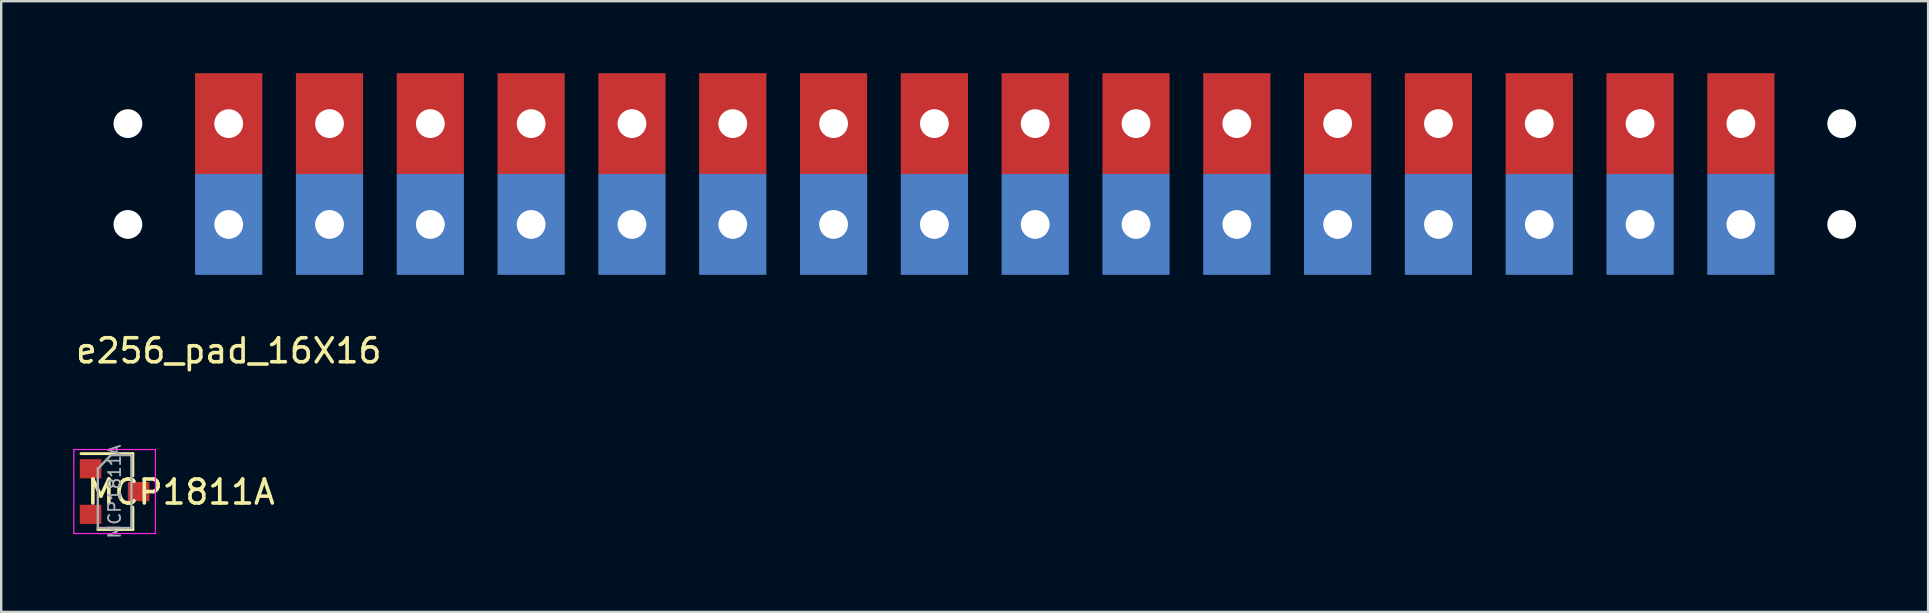
<source format=kicad_pcb>
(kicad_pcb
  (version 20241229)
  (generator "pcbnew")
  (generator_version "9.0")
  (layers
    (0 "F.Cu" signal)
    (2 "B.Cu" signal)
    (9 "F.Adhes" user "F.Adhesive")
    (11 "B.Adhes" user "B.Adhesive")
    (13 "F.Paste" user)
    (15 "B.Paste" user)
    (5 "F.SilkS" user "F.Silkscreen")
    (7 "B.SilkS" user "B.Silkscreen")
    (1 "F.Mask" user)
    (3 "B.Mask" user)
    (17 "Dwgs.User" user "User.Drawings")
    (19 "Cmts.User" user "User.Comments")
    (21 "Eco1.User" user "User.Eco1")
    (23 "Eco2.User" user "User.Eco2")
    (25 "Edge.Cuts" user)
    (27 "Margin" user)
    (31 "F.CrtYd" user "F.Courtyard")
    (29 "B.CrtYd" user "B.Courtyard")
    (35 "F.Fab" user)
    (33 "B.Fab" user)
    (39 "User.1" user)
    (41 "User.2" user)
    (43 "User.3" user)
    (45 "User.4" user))
  (footprint "e256_pad_16X16"
    (layer "F.Cu")
    (at 37.978 4.2)
    (property "Reference" "e256_pad_16X16" (at -31.496 7.366 0) (layer "F.SilkS") (effects (font (size 1 1) (thickness 0.15))))
    (attr through_hole)
    (pad "" np_thru_hole circle (at -35.7 -2.1 90) (size 1.2 1.2) (drill 1.2) (layers "*.Cu"))
    (pad "" np_thru_hole circle (at -35.7 2.1 90) (size 1.2 1.2) (drill 1.2) (layers "*.Cu"))
    (pad "" np_thru_hole circle (at -31.5 -2.1 90) (size 1.2 1.2) (drill 1.2) (layers "*.Cu"))
    (pad "" np_thru_hole circle (at -31.5 2.1 90) (size 1.2 1.2) (drill 1.2) (layers "*.Cu"))
    (pad "" np_thru_hole circle (at -27.3 -2.1 90) (size 1.2 1.2) (drill 1.2) (layers "*.Cu"))
    (pad "" np_thru_hole circle (at -27.3 2.1 90) (size 1.2 1.2) (drill 1.2) (layers "*.Cu"))
    (pad "" np_thru_hole circle (at -23.1 -2.1 90) (size 1.2 1.2) (drill 1.2) (layers "*.Cu"))
    (pad "" np_thru_hole circle (at -23.1 2.1 90) (size 1.2 1.2) (drill 1.2) (layers "*.Cu"))
    (pad "" np_thru_hole circle (at -18.9 -2.1 90) (size 1.2 1.2) (drill 1.2) (layers "*.Cu"))
    (pad "" np_thru_hole circle (at -18.9 2.1 90) (size 1.2 1.2) (drill 1.2) (layers "*.Cu"))
    (pad "" np_thru_hole circle (at -14.7 -2.1 90) (size 1.2 1.2) (drill 1.2) (layers "*.Cu"))
    (pad "" np_thru_hole circle (at -14.7 2.1 90) (size 1.2 1.2) (drill 1.2) (layers "*.Cu"))
    (pad "" np_thru_hole circle (at -10.5 -2.1 90) (size 1.2 1.2) (drill 1.2) (layers "*.Cu"))
    (pad "" np_thru_hole circle (at -10.5 2.1 90) (size 1.2 1.2) (drill 1.2) (layers "*.Cu"))
    (pad "" np_thru_hole circle (at -6.3 -2.1 90) (size 1.2 1.2) (drill 1.2) (layers "*.Cu"))
    (pad "" np_thru_hole circle (at -6.3 2.1 90) (size 1.2 1.2) (drill 1.2) (layers "*.Cu"))
    (pad "" np_thru_hole circle (at -2.1 -2.1 90) (size 1.2 1.2) (drill 1.2) (layers "*.Cu"))
    (pad "" np_thru_hole circle (at -2.1 2.1 90) (size 1.2 1.2) (drill 1.2) (layers "*.Cu"))
    (pad "" np_thru_hole circle (at 2.1 -2.1 90) (size 1.2 1.2) (drill 1.2) (layers "*.Cu"))
    (pad "" np_thru_hole circle (at 2.1 2.1 90) (size 1.2 1.2) (drill 1.2) (layers "*.Cu"))
    (pad "" np_thru_hole circle (at 6.3 -2.1 90) (size 1.2 1.2) (drill 1.2) (layers "*.Cu"))
    (pad "" np_thru_hole circle (at 6.3 2.1 90) (size 1.2 1.2) (drill 1.2) (layers "*.Cu"))
    (pad "" np_thru_hole circle (at 10.5 -2.1 90) (size 1.2 1.2) (drill 1.2) (layers "*.Cu"))
    (pad "" np_thru_hole circle (at 10.5 2.1 90) (size 1.2 1.2) (drill 1.2) (layers "*.Cu"))
    (pad "" np_thru_hole circle (at 14.7 -2.1 90) (size 1.2 1.2) (drill 1.2) (layers "*.Cu"))
    (pad "" np_thru_hole circle (at 14.7 2.1 90) (size 1.2 1.2) (drill 1.2) (layers "*.Cu"))
    (pad "" np_thru_hole circle (at 18.9 -2.1 90) (size 1.2 1.2) (drill 1.2) (layers "*.Cu"))
    (pad "" np_thru_hole circle (at 18.9 2.1 90) (size 1.2 1.2) (drill 1.2) (layers "*.Cu"))
    (pad "" np_thru_hole circle (at 23.1 -2.1 90) (size 1.2 1.2) (drill 1.2) (layers "*.Cu"))
    (pad "" np_thru_hole circle (at 23.1 2.1 90) (size 1.2 1.2) (drill 1.2) (layers "*.Cu"))
    (pad "" np_thru_hole circle (at 27.3 -2.1 90) (size 1.2 1.2) (drill 1.2) (layers "*.Cu"))
    (pad "" np_thru_hole circle (at 27.3 2.1 90) (size 1.2 1.2) (drill 1.2) (layers "*.Cu"))
    (pad "" np_thru_hole circle (at 31.5 -2.1 90) (size 1.2 1.2) (drill 1.2) (layers "*.Cu"))
    (pad "" np_thru_hole circle (at 31.5 2.1 90) (size 1.2 1.2) (drill 1.2) (layers "*.Cu"))
    (pad "" np_thru_hole circle (at 35.7 -2.1 90) (size 1.2 1.2) (drill 1.2) (layers "*.Cu"))
    (pad "" np_thru_hole circle (at 35.7 2.1 90) (size 1.2 1.2) (drill 1.2) (layers "*.Cu"))
    (pad "0" smd rect (at -31.5 2.1 90) (size 4.2 2.8) (layers "B.Cu" "B.Mask" "B.Paste"))
    (pad "1" smd rect (at -27.3 2.1 90) (size 4.2 2.8) (layers "B.Cu" "B.Mask" "B.Paste"))
    (pad "2" smd rect (at -23.1 2.1 90) (size 4.2 2.8) (layers "B.Cu" "B.Mask" "B.Paste"))
    (pad "3" smd rect (at -18.9 2.1 90) (size 4.2 2.8) (layers "B.Cu" "B.Mask" "B.Paste"))
    (pad "4" smd rect (at -14.7 2.1 90) (size 4.2 2.8) (layers "B.Cu" "B.Mask" "B.Paste"))
    (pad "5" smd rect (at -10.5 2.1 90) (size 4.2 2.8) (layers "B.Cu" "B.Mask" "B.Paste"))
    (pad "6" smd rect (at -6.3 2.1 90) (size 4.2 2.8) (layers "B.Cu" "B.Mask" "B.Paste"))
    (pad "7" smd rect (at -2.1 2.1 90) (size 4.2 2.8) (layers "B.Cu" "B.Mask" "B.Paste"))
    (pad "8" smd rect (at 2.1 2.1 90) (size 4.2 2.8) (layers "B.Cu" "B.Mask" "B.Paste"))
    (pad "9" smd rect (at 6.3 2.1 90) (size 4.2 2.8) (layers "B.Cu" "B.Mask" "B.Paste"))
    (pad "10" smd rect (at 10.5 2.1 90) (size 4.2 2.8) (layers "B.Cu" "B.Mask" "B.Paste"))
    (pad "11" smd rect (at 14.7 2.1 90) (size 4.2 2.8) (layers "B.Cu" "B.Mask" "B.Paste"))
    (pad "12" smd rect (at 18.9 2.1 90) (size 4.2 2.8) (layers "B.Cu" "B.Mask" "B.Paste"))
    (pad "13" smd rect (at 23.1 2.1 90) (size 4.2 2.8) (layers "B.Cu" "B.Mask" "B.Paste"))
    (pad "14" smd rect (at 27.3 2.1 90) (size 4.2 2.8) (layers "B.Cu" "B.Mask" "B.Paste"))
    (pad "15" smd rect (at 31.5 2.1 90) (size 4.2 2.8) (layers "B.Cu" "B.Mask" "B.Paste"))
    (pad "16" smd rect (at -31.5 -2.1 90) (size 4.2 2.8) (layers "F.Cu" "F.Mask" "F.Paste"))
    (pad "17" smd rect (at -27.3 -2.1 90) (size 4.2 2.8) (layers "F.Cu" "F.Mask" "F.Paste"))
    (pad "18" smd rect (at -23.1 -2.1 90) (size 4.2 2.8) (layers "F.Cu" "F.Mask" "F.Paste"))
    (pad "19" smd rect (at -18.9 -2.1 90) (size 4.2 2.8) (layers "F.Cu" "F.Mask" "F.Paste"))
    (pad "20" smd rect (at -14.7 -2.1 90) (size 4.2 2.8) (layers "F.Cu" "F.Mask" "F.Paste"))
    (pad "21" smd rect (at -10.5 -2.1 90) (size 4.2 2.8) (layers "F.Cu" "F.Mask" "F.Paste"))
    (pad "22" smd rect (at -6.3 -2.1 90) (size 4.2 2.8) (layers "F.Cu" "F.Mask" "F.Paste"))
    (pad "23" smd rect (at -2.1 -2.1 90) (size 4.2 2.8) (layers "F.Cu" "F.Mask" "F.Paste"))
    (pad "24" smd rect (at 2.1 -2.1 90) (size 4.2 2.8) (layers "F.Cu" "F.Mask" "F.Paste"))
    (pad "25" smd rect (at 6.3 -2.1 90) (size 4.2 2.8) (layers "F.Cu" "F.Mask" "F.Paste"))
    (pad "26" smd rect (at 10.5 -2.1 90) (size 4.2 2.8) (layers "F.Cu" "F.Mask" "F.Paste"))
    (pad "27" smd rect (at 14.7 -2.1 90) (size 4.2 2.8) (layers "F.Cu" "F.Mask" "F.Paste"))
    (pad "28" smd rect (at 18.9 -2.1 90) (size 4.2 2.8) (layers "F.Cu" "F.Mask" "F.Paste"))
    (pad "29" smd rect (at 23.1 -2.1 90) (size 4.2 2.8) (layers "F.Cu" "F.Mask" "F.Paste"))
    (pad "30" smd rect (at 27.3 -2.1 90) (size 4.2 2.8) (layers "F.Cu" "F.Mask" "F.Paste"))
    (pad "31" smd rect (at 31.5 -2.1 90) (size 4.2 2.8) (layers "F.Cu" "F.Mask" "F.Paste")))
  (footprint "MCP1811A"
    (layer "F.Cu")
    (at 1.725 17.429)
    (property "Reference" "MCP1811A" (at 2.761 0.022 180) (layer "F.SilkS") (effects (font (size 1 1) (thickness 0.15))))
    (attr smd)
    (fp_line (start 0.76 -1.58) (end -1.4 -1.58) (stroke (width 0.12) (type solid)) (layer "F.SilkS"))
    (fp_line (start 0.76 -1.58) (end 0.76 -0.65) (stroke (width 0.12) (type solid)) (layer "F.SilkS"))
    (fp_line (start 0.76 1.58) (end -0.7 1.58) (stroke (width 0.12) (type solid)) (layer "F.SilkS"))
    (fp_line (start 0.76 1.58) (end 0.76 0.65) (stroke (width 0.12) (type solid)) (layer "F.SilkS"))
    (fp_line (start -1.7 -1.75) (end 1.7 -1.75) (stroke (width 0.05) (type solid)) (layer "F.CrtYd"))
    (fp_line (start -1.7 1.75) (end -1.7 -1.75) (stroke (width 0.05) (type solid)) (layer "F.CrtYd"))
    (fp_line (start 1.7 -1.75) (end 1.7 1.75) (stroke (width 0.05) (type solid)) (layer "F.CrtYd"))
    (fp_line (start 1.7 1.75) (end -1.7 1.75) (stroke (width 0.05) (type solid)) (layer "F.CrtYd"))
    (fp_line (start -0.7 -0.95) (end -0.7 1.5) (stroke (width 0.1) (type solid)) (layer "F.Fab"))
    (fp_line (start -0.7 -0.95) (end -0.15 -1.52) (stroke (width 0.1) (type solid)) (layer "F.Fab"))
    (fp_line (start -0.7 1.52) (end 0.7 1.52) (stroke (width 0.1) (type solid)) (layer "F.Fab"))
    (fp_line (start -0.15 -1.52) (end 0.7 -1.52) (stroke (width 0.1) (type solid)) (layer "F.Fab"))
    (fp_line (start 0.7 -1.52) (end 0.7 1.52) (stroke (width 0.1) (type solid)) (layer "F.Fab"))
    (fp_text user "${REFERENCE}" (at 0 0 90) (layer "F.Fab") (effects (font (size 0.5 0.5) (thickness 0.075))))
    (pad "1" smd rect (at -1 -0.95) (size 0.9 0.8) (layers "F.Cu" "F.Mask" "F.Paste"))
    (pad "2" smd rect (at -1 0.95) (size 0.9 0.8) (layers "F.Cu" "F.Mask" "F.Paste"))
    (pad "3" smd rect (at 1 0) (size 0.9 0.8) (layers "F.Cu" "F.Mask" "F.Paste")))
  (gr_rect
    (start -3 -3)
    (end 77.278 22.444)
    (stroke (width 0.1) (type default))
    (fill no)
    (layer "Edge.Cuts")))
</source>
